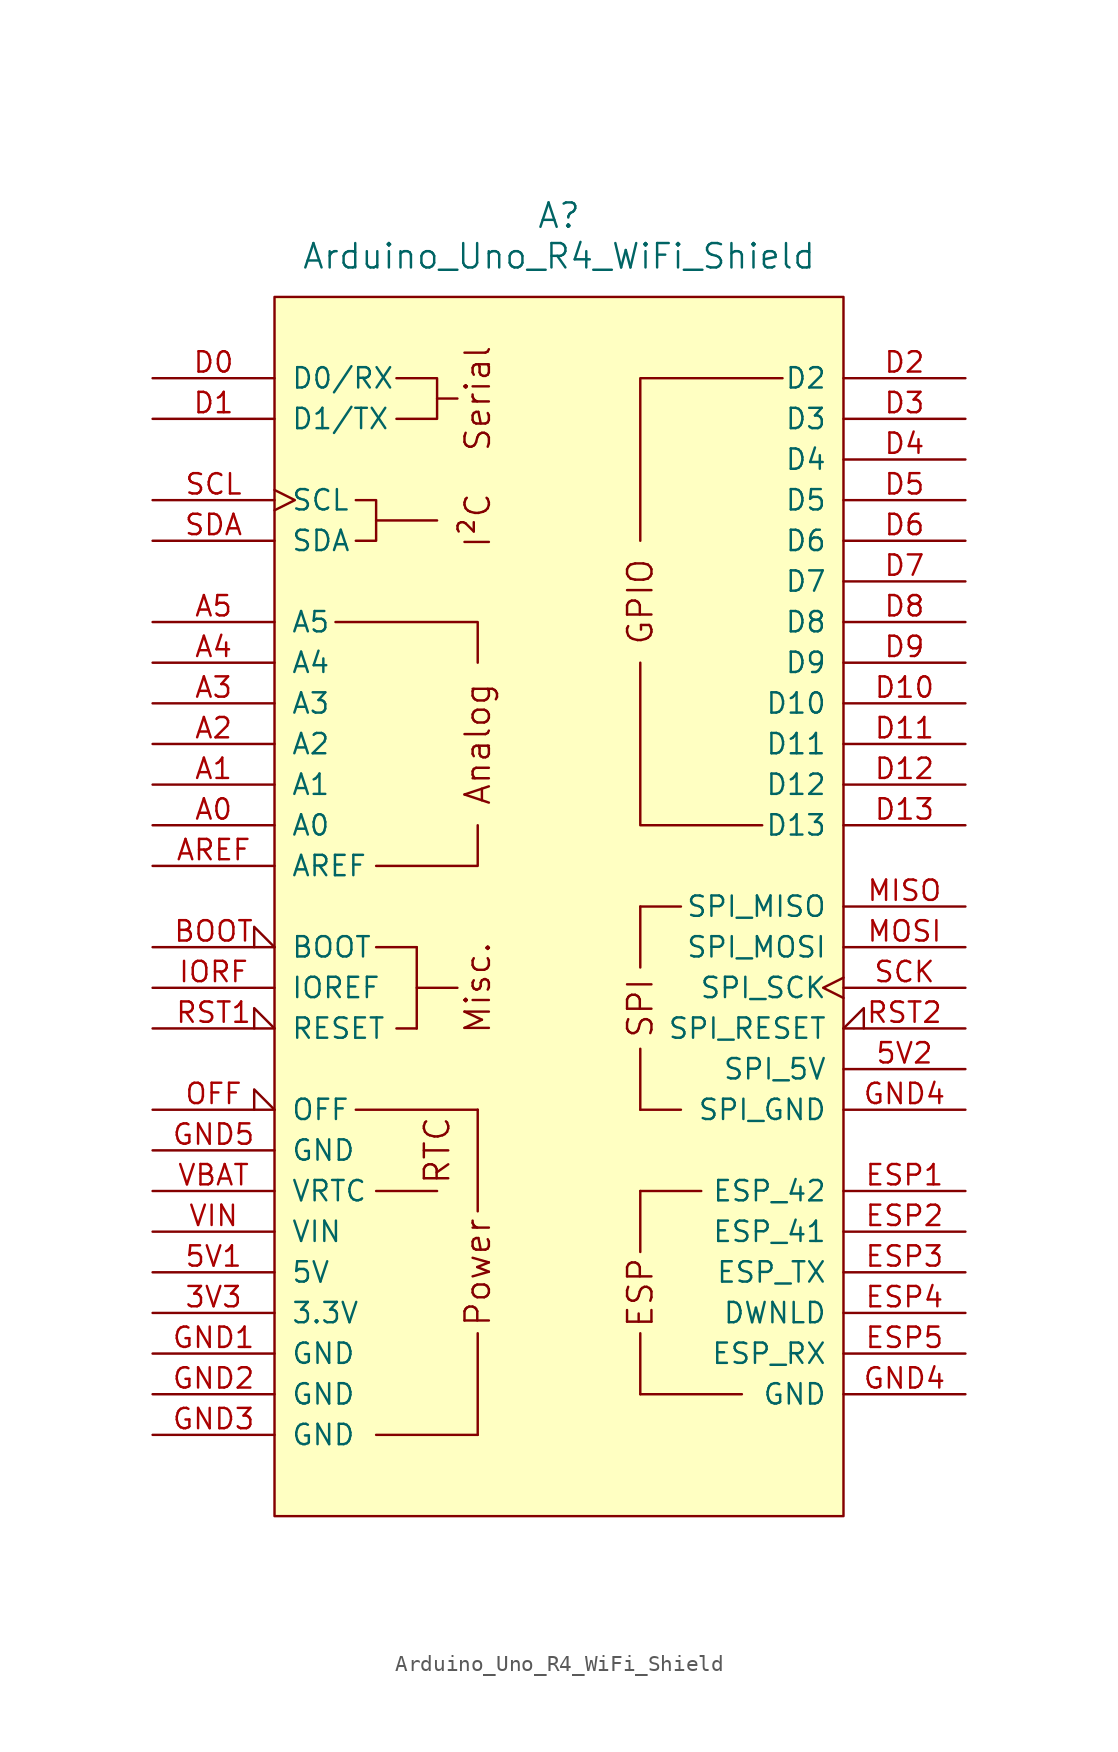
<source format=kicad_sym>
(kicad_symbol_lib
  (version 20241209)
  (generator "kicad_symbol_editor")
  (generator_version "9.0")
  (symbol "Arduino_Uno_R4_WiFi_Shield"
    (pin_names
      (offset 1.016))
    (property "Reference" "A"
      (at 0 43.18 0)
      (effects (font (size 1.524 1.524))))
    (property "Value" "Arduino_Uno_R4_WiFi_Shield"
      (at 0 40.64 0)
      (effects (font (size 1.524 1.524))))
    (symbol "Arduino_Uno_R4_WiFi_Shield_0_0"
      (rectangle (start -17.78 38.1) (end 17.78 -38.1) (stroke (width 0) (type default)) (fill (type background)))
      (polyline (pts (xy -12.7 25.4) (xy -11.43 25.4) (xy -11.43 22.86) (xy -12.7 22.86)) (stroke (width 0) (type default)) (fill (type none)))
      (rectangle (start -12.7 -12.7) (end -5.08 -12.7) (stroke (width 0) (type default)) (fill (type none)))
      (polyline (pts (xy -11.43 24.13) (xy -7.62 24.13)) (stroke (width 0) (type default)) (fill (type none)))
      (rectangle (start -11.43 -33.02) (end -5.08 -33.02) (stroke (width 0) (type default)) (fill (type none)))
      (polyline (pts (xy -10.16 33.02) (xy -7.62 33.02) (xy -7.62 30.48) (xy -10.16 30.48)) (stroke (width 0) (type default)) (fill (type none)))
      (rectangle (start -10.16 -7.62) (end -8.89 -7.62) (stroke (width 0) (type default)) (fill (type none)))
      (rectangle (start -8.89 -2.54) (end -11.43 -2.54) (stroke (width 0) (type default)) (fill (type none)))
      (rectangle (start -8.89 -5.08) (end -6.35 -5.08) (stroke (width 0) (type default)) (fill (type none)))
      (rectangle (start -8.89 -7.62) (end -8.89 -2.54) (stroke (width 0) (type default)) (fill (type none)))
      (polyline (pts (xy -7.62 31.75) (xy -6.35 31.75)) (stroke (width 0) (type default)) (fill (type none)))
      (polyline (pts (xy -5.08 15.24) (xy -5.08 17.78) (xy -13.97 17.78)) (stroke (width 0) (type default)) (fill (type none)))
      (polyline (pts (xy -5.08 5.08) (xy -5.08 2.54) (xy -11.43 2.54)) (stroke (width 0) (type default)) (fill (type none)))
      (polyline (pts (xy -5.08 -12.7) (xy -5.08 -19.05)) (stroke (width 0) (type default)) (fill (type none)))
      (polyline (pts (xy -5.08 -26.67) (xy -5.08 -33.02)) (stroke (width 0) (type default)) (fill (type none)))
      (polyline (pts (xy 5.08 22.86) (xy 5.08 33.02) (xy 13.97 33.02)) (stroke (width 0) (type default)) (fill (type none)))
      (polyline (pts (xy 5.08 15.24) (xy 5.08 5.08) (xy 12.7 5.08)) (stroke (width 0) (type default)) (fill (type none)))
      (rectangle (start 5.08 -3.81) (end 5.08 0) (stroke (width 0) (type default)) (fill (type none)))
      (rectangle (start 5.08 -12.7) (end 5.08 -8.89) (stroke (width 0) (type default)) (fill (type none)))
      (rectangle (start 5.08 -12.7) (end 7.62 -12.7) (stroke (width 0) (type default)) (fill (type none)))
      (rectangle (start 5.08 -17.78) (end 8.89 -17.78) (stroke (width 0) (type default)) (fill (type none)))
      (rectangle (start 5.08 -21.59) (end 5.08 -17.78) (stroke (width 0) (type default)) (fill (type none)))
      (rectangle (start 5.08 -30.48) (end 5.08 -26.67) (stroke (width 0) (type default)) (fill (type none)))
      (rectangle (start 5.08 -30.48) (end 11.43 -30.48) (stroke (width 0) (type default)) (fill (type none)))
      (rectangle (start 7.62 0) (end 5.08 0) (stroke (width 0) (type default)) (fill (type none)))
      (text "RTC" (at -7.62 -15.24 900) (effects (font (size 1.524 1.524))))
      (text "Serial" (at -5.08 31.75 900) (effects (font (size 1.524 1.524))))
      (text "I²C" (at -5.08 24.13 900) (effects (font (size 1.524 1.524))))
      (text "Analog" (at -5.08 10.16 900) (effects (font (size 1.524 1.524))))
      (text "Misc." (at -5.08 -5.08 900) (effects (font (size 1.524 1.524))))
      (text "Power" (at -5.08 -22.86 900) (effects (font (size 1.524 1.524))))
      (text "SPI" (at 5.08 -6.35 900) (effects (font (size 1.524 1.524))))
      (text "ESP" (at 5.08 -24.13 900) (effects (font (size 1.524 1.524)))))
    (symbol "Arduino_Uno_R4_WiFi_Shield_0_1"
      (polyline (pts (xy -11.43 -17.78) (xy -7.62 -17.78)) (stroke (width 0) (type default)) (fill (type none))))
    (symbol "Arduino_Uno_R4_WiFi_Shield_1_0"
      (text "GPIO" (at 5.08 19.05 900) (effects (font (size 1.524 1.524)))))
    (symbol "Arduino_Uno_R4_WiFi_Shield_1_1"
      (pin bidirectional line (at -25.4 33.02 0) (length 7.62) (name "D0/RX" (effects (font (size 1.27 1.27)))) (number "D0" (effects (font (size 1.27 1.27)))))
      (pin bidirectional line (at -25.4 30.48 0) (length 7.62) (name "D1/TX" (effects (font (size 1.27 1.27)))) (number "D1" (effects (font (size 1.27 1.27)))))
      (pin bidirectional clock (at -25.4 25.4 0) (length 7.62) (name "SCL" (effects (font (size 1.27 1.27)))) (number "SCL" (effects (font (size 1.27 1.27)))))
      (pin bidirectional line (at -25.4 22.86 0) (length 7.62) (name "SDA" (effects (font (size 1.27 1.27)))) (number "SDA" (effects (font (size 1.27 1.27)))))
      (pin bidirectional line (at -25.4 17.78 0) (length 7.62) (name "A5" (effects (font (size 1.27 1.27)))) (number "A5" (effects (font (size 1.27 1.27)))))
      (pin bidirectional line (at -25.4 15.24 0) (length 7.62) (name "A4" (effects (font (size 1.27 1.27)))) (number "A4" (effects (font (size 1.27 1.27)))))
      (pin bidirectional line (at -25.4 12.7 0) (length 7.62) (name "A3" (effects (font (size 1.27 1.27)))) (number "A3" (effects (font (size 1.27 1.27)))))
      (pin bidirectional line (at -25.4 10.16 0) (length 7.62) (name "A2" (effects (font (size 1.27 1.27)))) (number "A2" (effects (font (size 1.27 1.27)))))
      (pin bidirectional line (at -25.4 7.62 0) (length 7.62) (name "A1" (effects (font (size 1.27 1.27)))) (number "A1" (effects (font (size 1.27 1.27)))))
      (pin bidirectional line (at -25.4 5.08 0) (length 7.62) (name "A0" (effects (font (size 1.27 1.27)))) (number "A0" (effects (font (size 1.27 1.27)))))
      (pin input line (at -25.4 2.54 0) (length 7.62) (name "AREF" (effects (font (size 1.27 1.27)))) (number "AREF" (effects (font (size 1.27 1.27)))))
      (pin input input_low (at -25.4 -2.54 0) (length 7.62) (name "BOOT" (effects (font (size 1.27 1.27)))) (number "BOOT" (effects (font (size 1.27 1.27)))))
      (pin output line (at -25.4 -5.08 0) (length 7.62) (name "IOREF" (effects (font (size 1.27 1.27)))) (number "IORF" (effects (font (size 1.27 1.27)))))
      (pin open_collector input_low (at -25.4 -7.62 0) (length 7.62) (name "RESET" (effects (font (size 1.27 1.27)))) (number "RST1" (effects (font (size 1.27 1.27)))))
      (pin input input_low (at -25.4 -12.7 0) (length 7.62) (name "OFF" (effects (font (size 1.27 1.27)))) (number "OFF" (effects (font (size 1.27 1.27)))))
      (pin power_in line (at -25.4 -15.24 0) (length 7.62) (name "GND" (effects (font (size 1.27 1.27)))) (number "GND5" (effects (font (size 1.27 1.27)))))
      (pin power_in line (at -25.4 -17.78 0) (length 7.62) (name "VRTC" (effects (font (size 1.27 1.27)))) (number "VBAT" (effects (font (size 1.27 1.27)))))
      (pin power_in line (at -25.4 -20.32 0) (length 7.62) (name "VIN" (effects (font (size 1.27 1.27)))) (number "VIN" (effects (font (size 1.27 1.27)))))
      (pin power_in line (at -25.4 -22.86 0) (length 7.62) (name "5V" (effects (font (size 1.27 1.27)))) (number "5V1" (effects (font (size 1.27 1.27)))))
      (pin power_out line (at -25.4 -25.4 0) (length 7.62) (name "3.3V" (effects (font (size 1.27 1.27)))) (number "3V3" (effects (font (size 1.27 1.27)))))
      (pin power_in line (at -25.4 -27.94 0) (length 7.62) (name "GND" (effects (font (size 1.27 1.27)))) (number "GND1" (effects (font (size 1.27 1.27)))))
      (pin power_in line (at -25.4 -30.48 0) (length 7.62) (name "GND" (effects (font (size 1.27 1.27)))) (number "GND2" (effects (font (size 1.27 1.27)))))
      (pin power_in line (at -25.4 -33.02 0) (length 7.62) (name "GND" (effects (font (size 1.27 1.27)))) (number "GND3" (effects (font (size 1.27 1.27)))))
      (pin bidirectional line (at 25.4 33.02 180) (length 7.62) (name "D2" (effects (font (size 1.27 1.27)))) (number "D2" (effects (font (size 1.27 1.27)))))
      (pin bidirectional line (at 25.4 30.48 180) (length 7.62) (name "D3" (effects (font (size 1.27 1.27)))) (number "D3" (effects (font (size 1.27 1.27)))))
      (pin bidirectional line (at 25.4 27.94 180) (length 7.62) (name "D4" (effects (font (size 1.27 1.27)))) (number "D4" (effects (font (size 1.27 1.27)))))
      (pin bidirectional line (at 25.4 25.4 180) (length 7.62) (name "D5" (effects (font (size 1.27 1.27)))) (number "D5" (effects (font (size 1.27 1.27)))))
      (pin bidirectional line (at 25.4 22.86 180) (length 7.62) (name "D6" (effects (font (size 1.27 1.27)))) (number "D6" (effects (font (size 1.27 1.27)))))
      (pin bidirectional line (at 25.4 20.32 180) (length 7.62) (name "D7" (effects (font (size 1.27 1.27)))) (number "D7" (effects (font (size 1.27 1.27)))))
      (pin bidirectional line (at 25.4 17.78 180) (length 7.62) (name "D8" (effects (font (size 1.27 1.27)))) (number "D8" (effects (font (size 1.27 1.27)))))
      (pin bidirectional line (at 25.4 15.24 180) (length 7.62) (name "D9" (effects (font (size 1.27 1.27)))) (number "D9" (effects (font (size 1.27 1.27)))))
      (pin bidirectional line (at 25.4 12.7 180) (length 7.62) (name "D10" (effects (font (size 1.27 1.27)))) (number "D10" (effects (font (size 1.27 1.27)))))
      (pin bidirectional line (at 25.4 10.16 180) (length 7.62) (name "D11" (effects (font (size 1.27 1.27)))) (number "D11" (effects (font (size 1.27 1.27)))))
      (pin bidirectional line (at 25.4 7.62 180) (length 7.62) (name "D12" (effects (font (size 1.27 1.27)))) (number "D12" (effects (font (size 1.27 1.27)))))
      (pin bidirectional line (at 25.4 5.08 180) (length 7.62) (name "D13" (effects (font (size 1.27 1.27)))) (number "D13" (effects (font (size 1.27 1.27)))))
      (pin input line (at 25.4 0 180) (length 7.62) (name "SPI_MISO" (effects (font (size 1.27 1.27)))) (number "MISO" (effects (font (size 1.27 1.27)))))
      (pin output line (at 25.4 -2.54 180) (length 7.62) (name "SPI_MOSI" (effects (font (size 1.27 1.27)))) (number "MOSI" (effects (font (size 1.27 1.27)))))
      (pin output clock (at 25.4 -5.08 180) (length 7.62) (name "SPI_SCK" (effects (font (size 1.27 1.27)))) (number "SCK" (effects (font (size 1.27 1.27)))))
      (pin open_collector input_low (at 25.4 -7.62 180) (length 7.62) (name "SPI_RESET" (effects (font (size 1.27 1.27)))) (number "RST2" (effects (font (size 1.27 1.27)))))
      (pin power_in line (at 25.4 -10.16 180) (length 7.62) (name "SPI_5V" (effects (font (size 1.27 1.27)))) (number "5V2" (effects (font (size 1.27 1.27)))))
      (pin power_in line (at 25.4 -12.7 180) (length 7.62) (name "SPI_GND" (effects (font (size 1.27 1.27)))) (number "GND4" (effects (font (size 1.27 1.27)))))
      (pin bidirectional line (at 25.4 -17.78 180) (length 7.62) (name "ESP_42" (effects (font (size 1.27 1.27)))) (number "ESP1" (effects (font (size 1.27 1.27)))))
      (pin bidirectional line (at 25.4 -20.32 180) (length 7.62) (name "ESP_41" (effects (font (size 1.27 1.27)))) (number "ESP2" (effects (font (size 1.27 1.27)))))
      (pin bidirectional line (at 25.4 -22.86 180) (length 7.62) (name "ESP_TX" (effects (font (size 1.27 1.27)))) (number "ESP3" (effects (font (size 1.27 1.27)))))
      (pin bidirectional line (at 25.4 -25.4 180) (length 7.62) (name "DWNLD" (effects (font (size 1.27 1.27)))) (number "ESP4" (effects (font (size 1.27 1.27)))))
      (pin bidirectional line (at 25.4 -27.94 180) (length 7.62) (name "ESP_RX" (effects (font (size 1.27 1.27)))) (number "ESP5" (effects (font (size 1.27 1.27)))))
      (pin power_in line (at 25.4 -30.48 180) (length 7.62) (name "GND" (effects (font (size 1.27 1.27)))) (number "GND4" (effects (font (size 1.27 1.27))))))))
</source>
